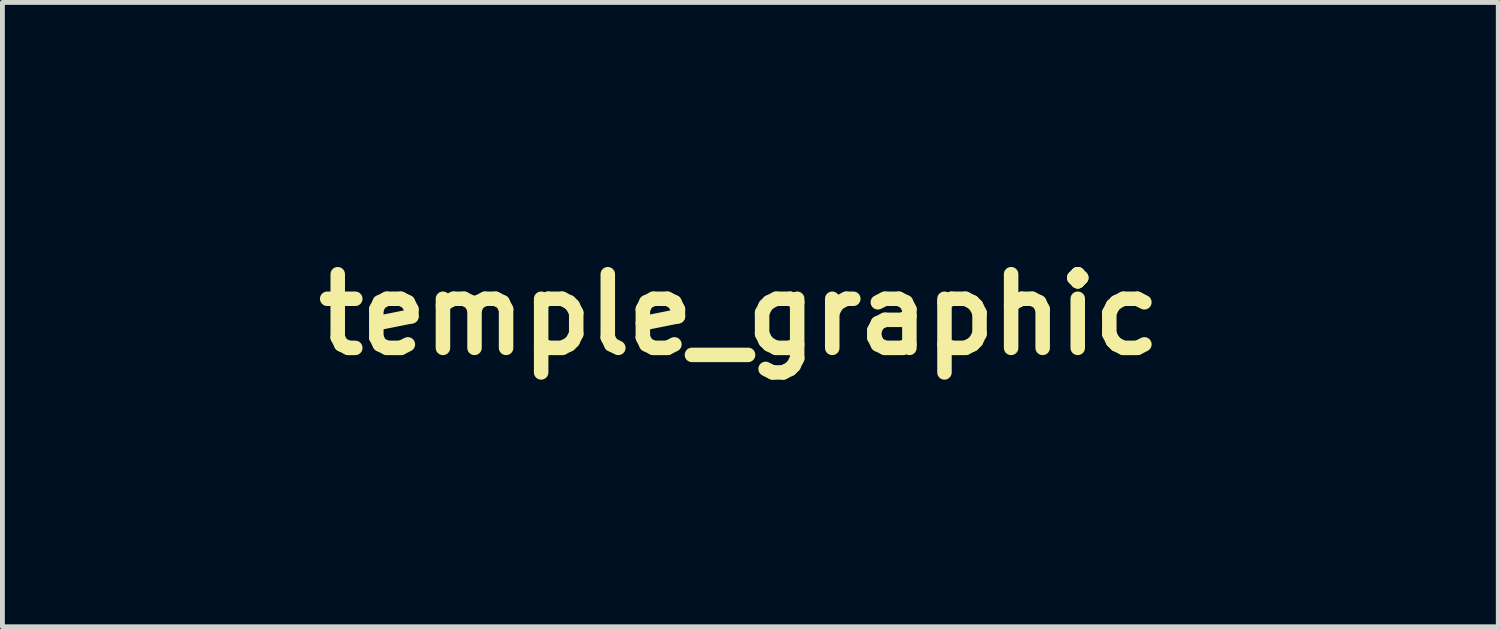
<source format=kicad_pcb>
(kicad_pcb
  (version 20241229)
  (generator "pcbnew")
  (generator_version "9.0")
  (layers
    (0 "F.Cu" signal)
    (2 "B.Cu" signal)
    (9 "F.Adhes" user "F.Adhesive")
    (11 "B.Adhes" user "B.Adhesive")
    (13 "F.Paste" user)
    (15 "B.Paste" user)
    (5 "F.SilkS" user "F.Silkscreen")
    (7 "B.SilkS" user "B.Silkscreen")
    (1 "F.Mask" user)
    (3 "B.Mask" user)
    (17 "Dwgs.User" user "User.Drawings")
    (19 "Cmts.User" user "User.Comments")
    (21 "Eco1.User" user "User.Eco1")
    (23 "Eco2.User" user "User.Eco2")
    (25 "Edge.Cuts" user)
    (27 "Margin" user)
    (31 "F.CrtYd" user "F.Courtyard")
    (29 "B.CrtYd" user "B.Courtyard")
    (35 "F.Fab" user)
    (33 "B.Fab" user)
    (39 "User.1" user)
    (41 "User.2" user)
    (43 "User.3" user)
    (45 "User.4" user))
  (footprint "temple_graphic"
    (layer "F.Cu")
    (at 12.248 3.459)
    (property "Reference" "temple_graphic" (at 0 0 0) (layer "F.SilkS") (effects (font (size 1.524 1.524) (thickness 0.3))))
    (attr through_hole)
    (fp_poly (pts (xy -8.28 2.946) (xy -11.125 2.946) (xy -11.125 2.515) (xy -8.28 2.515) (xy -8.28 2.946)) (stroke (width 0.01) (type solid)) (fill no) (layer "Eco1.User"))
    (fp_poly (pts (xy -7.137 -0.914) (xy -7.62 -0.914) (xy -7.62 -2.515) (xy -11.76 -2.515) (xy -11.76 -0.914) (xy -12.243 -0.914) (xy -12.243 -2.997) (xy -7.137 -2.997) (xy -7.137 -0.914)) (stroke (width 0.01) (type solid)) (fill no) (layer "Eco1.User"))
    (fp_poly (pts (xy -9.931 2.057) (xy -11.125 2.057) (xy -11.125 1.626) (xy -10.414 1.626) (xy -10.414 -1.575) (xy -10.871 -1.575) (xy -10.871 -0.914) (xy -11.303 -0.914) (xy -11.303 -2.057) (xy -9.931 -2.057) (xy -9.931 2.057)) (stroke (width 0.01) (type solid)) (fill no) (layer "Eco1.User"))
    (fp_poly (pts (xy 2.669 2.03) (xy 2.764 2.077) (xy 2.792 2.097) (xy 2.863 2.183) (xy 2.904 2.286) (xy 2.914 2.393) (xy 2.891 2.49) (xy 2.846 2.551) (xy 2.795 2.576) (xy 2.712 2.596) (xy 2.618 2.609) (xy 2.531 2.611) (xy 2.471 2.601) (xy 2.47 2.601) (xy 2.454 2.574) (xy 2.444 2.509) (xy 2.439 2.399) (xy 2.438 2.323) (xy 2.439 2.204) (xy 2.443 2.125) (xy 2.451 2.077) (xy 2.466 2.049) (xy 2.49 2.032) (xy 2.492 2.031) (xy 2.572 2.013) (xy 2.669 2.03)) (stroke (width 0.01) (type solid)) (fill no) (layer "Eco1.User"))
    (fp_poly (pts (xy -8.052 -0.914) (xy -8.534 -0.914) (xy -8.534 -1.628) (xy -8.979 -1.613) (xy -8.985 0.006) (xy -8.992 1.626) (xy -8.28 1.626) (xy -8.28 2.057) (xy -8.865 2.057) (xy -9.064 2.057) (xy -9.217 2.054) (xy -9.329 2.05) (xy -9.404 2.044) (xy -9.447 2.036) (xy -9.463 2.026) (xy -9.464 1.996) (xy -9.466 1.919) (xy -9.467 1.799) (xy -9.468 1.641) (xy -9.469 1.446) (xy -9.47 1.221) (xy -9.47 0.968) (xy -9.47 0.692) (xy -9.469 0.396) (xy -9.468 0.084) (xy -9.468 -0.025) (xy -9.461 -2.045) (xy -8.052 -2.058) (xy -8.052 -0.914)) (stroke (width 0.01) (type solid)) (fill no) (layer "Eco1.User"))
    (fp_poly (pts (xy 12.7 3.454) (xy -6.68 3.454) (xy -6.68 1.973) (xy -5.239 1.973) (xy -5.212 1.994) (xy -5.157 2.013) (xy -5.157 2.014) (xy -5.094 2.043) (xy -5.055 2.083) (xy -5.045 2.128) (xy -5.038 2.218) (xy -5.034 2.347) (xy -5.034 2.509) (xy -5.035 2.559) (xy -5.037 2.716) (xy -5.037 2.832) (xy -5.035 2.916) (xy -5.028 2.978) (xy -5.016 3.026) (xy -4.998 3.07) (xy -4.977 3.111) (xy -4.89 3.233) (xy -4.772 3.317) (xy -4.665 3.355) (xy -4.563 3.369) (xy -4.436 3.369) (xy -4.305 3.355) (xy -4.189 3.331) (xy -4.124 3.307) (xy -4.036 3.254) (xy -3.966 3.194) (xy -3.913 3.119) (xy -3.874 3.023) (xy -3.847 2.898) (xy -3.828 2.737) (xy -3.815 2.535) (xy -3.812 2.48) (xy -3.805 2.315) (xy -3.797 2.194) (xy -3.786 2.109) (xy -3.771 2.052) (xy -3.749 2.015) (xy -3.718 1.992) (xy -3.681 1.976) (xy -3.404 1.976) (xy -3.382 1.997) (xy -3.329 2.023) (xy -3.312 2.029) (xy -3.258 2.055) (xy -3.217 2.09) (xy -3.188 2.143) (xy -3.168 2.22) (xy -3.157 2.328) (xy -3.151 2.474) (xy -3.15 2.647) (xy -3.151 2.837) (xy -3.157 2.982) (xy -3.168 3.092) (xy -3.186 3.172) (xy -3.211 3.231) (xy -3.246 3.275) (xy -3.265 3.292) (xy -3.331 3.345) (xy -3.075 3.345) (xy -2.968 3.343) (xy -2.883 3.339) (xy -2.831 3.332) (xy -2.819 3.327) (xy -2.841 3.309) (xy -2.894 3.293) (xy -2.894 3.293) (xy -2.949 3.277) (xy -2.99 3.248) (xy -3.021 3.2) (xy -3.042 3.127) (xy -3.056 3.021) (xy -3.064 2.877) (xy -3.069 2.713) (xy -3.072 2.553) (xy -3.073 2.437) (xy -3.07 2.358) (xy -3.064 2.312) (xy -3.054 2.291) (xy -3.045 2.288) (xy -3.019 2.307) (xy -2.964 2.358) (xy -2.887 2.438) (xy -2.791 2.54) (xy -2.682 2.659) (xy -2.603 2.746) (xy -2.485 2.879) (xy -2.372 3.004) (xy -2.273 3.113) (xy -2.191 3.202) (xy -2.134 3.263) (xy -2.115 3.283) (xy -2.032 3.363) (xy -2.029 3.174) (xy -2.028 3.084) (xy -2.024 2.956) (xy -2.02 2.804) (xy -2.014 2.641) (xy -2.01 2.531) (xy -1.994 2.078) (xy -1.919 2.018) (xy -1.889 1.991) (xy -1.66 1.991) (xy -1.615 2.009) (xy -1.576 2.019) (xy -1.528 2.032) (xy -1.492 2.053) (xy -1.467 2.088) (xy -1.449 2.145) (xy -1.438 2.23) (xy -1.432 2.35) (xy -1.427 2.513) (xy -1.427 2.549) (xy -1.424 2.762) (xy -1.424 2.929) (xy -1.43 3.057) (xy -1.441 3.15) (xy -1.457 3.215) (xy -1.48 3.257) (xy -1.51 3.281) (xy -1.513 3.282) (xy -1.559 3.308) (xy -1.575 3.325) (xy -1.551 3.331) (xy -1.486 3.337) (xy -1.39 3.341) (xy -1.273 3.344) (xy -1.27 3.344) (xy -1.152 3.343) (xy -1.056 3.34) (xy -0.99 3.333) (xy -0.965 3.325) (xy -0.965 3.325) (xy -0.987 3.306) (xy -1.017 3.302) (xy -1.07 3.285) (xy -1.128 3.243) (xy -1.132 3.239) (xy -1.195 3.176) (xy -1.188 2.611) (xy -1.186 2.427) (xy -1.183 2.288) (xy -1.18 2.187) (xy -1.175 2.117) (xy -1.168 2.072) (xy -1.158 2.045) (xy -1.144 2.03) (xy -1.126 2.02) (xy -1.124 2.02) (xy -1.08 1.996) (xy -1.074 1.978) (xy -1.109 1.966) (xy -1.187 1.959) (xy -1.313 1.956) (xy -1.373 1.956) (xy -1.512 1.958) (xy -1.607 1.965) (xy -1.657 1.977) (xy -1.66 1.991) (xy -1.889 1.991) (xy -1.873 1.978) (xy -1.854 1.953) (xy -1.855 1.95) (xy -0.889 1.95) (xy -0.881 1.97) (xy -0.851 1.995) (xy -0.769 2.062) (xy -0.712 2.139) (xy -0.672 2.23) (xy -0.642 2.306) (xy -0.597 2.418) (xy -0.539 2.555) (xy -0.475 2.707) (xy -0.408 2.863) (xy -0.343 3.012) (xy -0.285 3.144) (xy -0.255 3.211) (xy -0.214 3.3) (xy -0.185 3.348) (xy -0.163 3.363) (xy -0.143 3.352) (xy -0.142 3.351) (xy -0.12 3.316) (xy -0.082 3.244) (xy -0.033 3.142) (xy 0.025 3.019) (xy 0.07 2.921) (xy 0.138 2.769) (xy 0.207 2.613) (xy 0.271 2.468) (xy 0.324 2.348) (xy 0.343 2.303) (xy 0.41 2.163) (xy 0.472 2.066) (xy 0.512 2.025) (xy 0.56 1.986) (xy 0.564 1.981) (xy 0.686 1.981) (xy 0.707 2.001) (xy 0.741 2.007) (xy 0.803 2.023) (xy 0.843 2.049) (xy 0.858 2.066) (xy 0.869 2.092) (xy 0.878 2.134) (xy 0.883 2.197) (xy 0.887 2.288) (xy 0.888 2.415) (xy 0.889 2.584) (xy 0.889 2.647) (xy 0.889 3.203) (xy 0.826 3.266) (xy 0.783 3.311) (xy 0.762 3.339) (xy 0.762 3.341) (xy 0.786 3.345) (xy 0.85 3.35) (xy 0.944 3.354) (xy 1.058 3.357) (xy 1.181 3.36) (xy 1.303 3.362) (xy 1.414 3.363) (xy 1.502 3.362) (xy 1.559 3.359) (xy 1.562 3.359) (xy 1.639 3.342) (xy 1.695 3.322) (xy 1.741 3.281) (xy 1.788 3.214) (xy 1.826 3.137) (xy 1.846 3.068) (xy 1.844 3.033) (xy 1.828 3.015) (xy 1.799 3.031) (xy 1.762 3.072) (xy 1.673 3.156) (xy 1.564 3.213) (xy 1.42 3.249) (xy 1.403 3.252) (xy 1.293 3.264) (xy 1.219 3.251) (xy 1.173 3.208) (xy 1.145 3.127) (xy 1.13 3.017) (xy 1.125 2.911) (xy 1.127 2.812) (xy 1.136 2.743) (xy 1.154 2.688) (xy 1.183 2.661) (xy 1.238 2.649) (xy 1.273 2.647) (xy 1.404 2.652) (xy 1.495 2.689) (xy 1.549 2.758) (xy 1.553 2.768) (xy 1.582 2.828) (xy 1.608 2.843) (xy 1.621 2.817) (xy 1.616 2.765) (xy 1.607 2.695) (xy 1.601 2.599) (xy 1.6 2.537) (xy 1.596 2.442) (xy 1.582 2.396) (xy 1.559 2.399) (xy 1.526 2.448) (xy 1.459 2.52) (xy 1.355 2.558) (xy 1.268 2.565) (xy 1.199 2.556) (xy 1.154 2.523) (xy 1.129 2.458) (xy 1.118 2.353) (xy 1.118 2.299) (xy 1.122 2.207) (xy 1.134 2.127) (xy 1.142 2.097) (xy 1.16 2.062) (xy 1.187 2.042) (xy 1.238 2.034) (xy 1.326 2.032) (xy 1.329 2.032) (xy 1.468 2.038) (xy 1.567 2.06) (xy 1.634 2.101) (xy 1.678 2.164) (xy 1.685 2.18) (xy 1.711 2.236) (xy 1.728 2.248) (xy 1.741 2.229) (xy 1.748 2.177) (xy 1.745 2.1) (xy 1.741 2.07) (xy 1.728 1.981) (xy 1.981 1.981) (xy 2.003 2.005) (xy 2.045 2.022) (xy 2.107 2.053) (xy 2.159 2.102) (xy 2.176 2.127) (xy 2.189 2.158) (xy 2.198 2.201) (xy 2.204 2.265) (xy 2.208 2.357) (xy 2.209 2.484) (xy 2.21 2.652) (xy 2.21 2.686) (xy 2.21 3.205) (xy 2.131 3.279) (xy 2.052 3.353) (xy 2.347 3.353) (xy 2.462 3.351) (xy 2.557 3.346) (xy 2.62 3.339) (xy 2.642 3.33) (xy 2.62 3.307) (xy 2.569 3.282) (xy 2.565 3.28) (xy 2.511 3.251) (xy 2.473 3.201) (xy 2.451 3.124) (xy 2.44 3.01) (xy 2.438 2.907) (xy 2.438 2.692) (xy 2.551 2.692) (xy 2.606 2.695) (xy 2.651 2.708) (xy 2.69 2.737) (xy 2.731 2.79) (xy 2.781 2.874) (xy 2.846 2.996) (xy 2.857 3.016) (xy 2.941 3.157) (xy 3.029 3.263) (xy 3.115 3.33) (xy 3.191 3.353) (xy 3.252 3.343) (xy 3.323 3.319) (xy 3.386 3.289) (xy 3.424 3.259) (xy 3.429 3.248) (xy 3.407 3.232) (xy 3.354 3.226) (xy 3.353 3.226) (xy 3.281 3.21) (xy 3.23 3.179) (xy 3.202 3.142) (xy 3.158 3.075) (xy 3.105 2.989) (xy 3.049 2.894) (xy 3.048 2.893) (xy 3.585 2.893) (xy 3.588 2.959) (xy 3.609 3.065) (xy 3.628 3.135) (xy 3.67 3.285) (xy 3.823 3.33) (xy 3.953 3.363) (xy 4.053 3.374) (xy 4.136 3.364) (xy 4.198 3.343) (xy 4.319 3.266) (xy 4.407 3.158) (xy 4.458 3.03) (xy 4.468 2.892) (xy 4.436 2.761) (xy 4.394 2.686) (xy 4.333 2.621) (xy 4.244 2.56) (xy 4.118 2.494) (xy 4.076 2.475) (xy 3.976 2.426) (xy 3.888 2.378) (xy 3.827 2.339) (xy 3.816 2.33) (xy 3.768 2.255) (xy 3.764 2.17) (xy 3.805 2.087) (xy 3.822 2.069) (xy 3.907 2.016) (xy 4.007 2.004) (xy 4.113 2.028) (xy 4.214 2.085) (xy 4.301 2.17) (xy 4.359 2.271) (xy 4.396 2.348) (xy 4.424 2.382) (xy 4.44 2.372) (xy 4.439 2.316) (xy 4.436 2.292) (xy 4.425 2.201) (xy 4.42 2.102) (xy 4.42 2.089) (xy 4.418 2.021) (xy 4.405 1.993) (xy 4.375 1.992) (xy 4.356 1.996) (xy 4.289 1.997) (xy 4.255 1.989) (xy 4.697 1.989) (xy 4.727 2.004) (xy 4.772 2.015) (xy 4.821 2.026) (xy 4.858 2.042) (xy 4.886 2.069) (xy 4.905 2.114) (xy 4.917 2.182) (xy 4.924 2.28) (xy 4.927 2.415) (xy 4.928 2.592) (xy 4.928 2.659) (xy 4.928 3.205) (xy 4.855 3.273) (xy 4.782 3.341) (xy 5.081 3.341) (xy 5.2 3.339) (xy 5.299 3.336) (xy 5.368 3.33) (xy 5.397 3.324) (xy 5.385 3.31) (xy 5.338 3.294) (xy 5.321 3.291) (xy 5.27 3.277) (xy 5.231 3.254) (xy 5.202 3.215) (xy 5.182 3.155) (xy 5.169 3.067) (xy 5.162 2.947) (xy 5.16 2.787) (xy 5.162 2.583) (xy 5.162 2.572) (xy 5.164 2.396) (xy 5.166 2.321) (xy 5.519 2.321) (xy 5.537 2.334) (xy 5.565 2.31) (xy 5.594 2.253) (xy 5.599 2.241) (xy 5.636 2.156) (xy 5.687 2.105) (xy 5.762 2.078) (xy 5.874 2.07) (xy 5.887 2.07) (xy 6.058 2.07) (xy 6.065 2.603) (xy 6.067 2.766) (xy 6.067 2.914) (xy 6.066 3.039) (xy 6.063 3.133) (xy 6.06 3.186) (xy 6.059 3.192) (xy 6.022 3.244) (xy 5.956 3.28) (xy 5.899 3.305) (xy 5.869 3.327) (xy 5.867 3.331) (xy 5.891 3.337) (xy 5.957 3.343) (xy 6.055 3.346) (xy 6.177 3.348) (xy 6.223 3.348) (xy 6.351 3.346) (xy 6.458 3.342) (xy 6.536 3.337) (xy 6.576 3.331) (xy 6.579 3.328) (xy 6.557 3.31) (xy 6.502 3.288) (xy 6.477 3.28) (xy 6.425 3.262) (xy 6.385 3.239) (xy 6.356 3.205) (xy 6.336 3.153) (xy 6.323 3.076) (xy 6.316 2.969) (xy 6.313 2.824) (xy 6.312 2.635) (xy 6.312 2.622) (xy 6.312 2.439) (xy 6.314 2.3) (xy 6.319 2.2) (xy 6.331 2.133) (xy 6.35 2.091) (xy 6.38 2.068) (xy 6.422 2.059) (xy 6.479 2.058) (xy 6.507 2.058) (xy 6.63 2.067) (xy 6.713 2.097) (xy 6.767 2.153) (xy 6.781 2.182) (xy 6.814 2.246) (xy 6.838 2.262) (xy 6.853 2.236) (xy 6.855 2.17) (xy 6.844 2.068) (xy 6.842 2.051) (xy 6.83 1.981) (xy 6.934 1.981) (xy 6.955 2.002) (xy 6.982 2.007) (xy 7.027 2.019) (xy 7.078 2.059) (xy 7.136 2.131) (xy 7.207 2.24) (xy 7.292 2.389) (xy 7.323 2.447) (xy 7.493 2.763) (xy 7.493 2.98) (xy 7.492 3.086) (xy 7.487 3.155) (xy 7.474 3.198) (xy 7.451 3.228) (xy 7.426 3.249) (xy 7.37 3.286) (xy 7.326 3.302) (xy 7.324 3.302) (xy 7.293 3.313) (xy 7.29 3.321) (xy 7.314 3.328) (xy 7.379 3.334) (xy 7.477 3.339) (xy 7.597 3.342) (xy 7.633 3.343) (xy 7.758 3.342) (xy 7.863 3.34) (xy 7.938 3.335) (xy 7.974 3.329) (xy 7.976 3.327) (xy 7.954 3.31) (xy 7.9 3.293) (xy 7.895 3.292) (xy 7.831 3.276) (xy 7.789 3.251) (xy 7.764 3.209) (xy 7.751 3.138) (xy 7.747 3.031) (xy 7.747 2.97) (xy 7.747 2.72) (xy 7.93 2.397) (xy 8.016 2.252) (xy 8.084 2.146) (xy 8.14 2.075) (xy 8.187 2.032) (xy 8.198 2.025) (xy 8.25 1.991) (xy 8.275 1.97) (xy 8.275 1.967) (xy 8.245 1.96) (xy 8.179 1.956) (xy 8.092 1.954) (xy 7.997 1.954) (xy 7.906 1.957) (xy 7.833 1.961) (xy 7.792 1.968) (xy 7.787 1.971) (xy 7.81 1.994) (xy 7.838 2.003) (xy 7.896 2.027) (xy 7.933 2.053) (xy 7.959 2.086) (xy 7.965 2.129) (xy 7.95 2.189) (xy 7.912 2.276) (xy 7.849 2.397) (xy 7.844 2.405) (xy 7.782 2.51) (xy 7.735 2.569) (xy 7.701 2.586) (xy 7.7 2.586) (xy 7.671 2.561) (xy 7.628 2.501) (xy 7.578 2.419) (xy 7.526 2.324) (xy 7.479 2.229) (xy 7.443 2.146) (xy 7.429 2.102) (xy 7.424 2.048) (xy 7.452 2.018) (xy 7.478 2.008) (xy 7.526 1.985) (xy 7.544 1.969) (xy 7.52 1.964) (xy 7.455 1.96) (xy 7.359 1.957) (xy 7.242 1.956) (xy 7.239 1.956) (xy 7.105 1.958) (xy 7.006 1.964) (xy 6.948 1.973) (xy 6.934 1.981) (xy 6.83 1.981) (xy 6.826 1.956) (xy 5.566 1.956) (xy 5.55 2.076) (xy 5.537 2.167) (xy 5.524 2.248) (xy 5.52 2.27) (xy 5.519 2.321) (xy 5.166 2.321) (xy 5.167 2.264) (xy 5.171 2.169) (xy 5.176 2.105) (xy 5.184 2.064) (xy 5.196 2.04) (xy 5.211 2.026) (xy 5.226 2.017) (xy 5.271 1.993) (xy 5.287 1.976) (xy 5.27 1.965) (xy 5.216 1.959) (xy 5.118 1.956) (xy 5.008 1.956) (xy 4.871 1.958) (xy 4.771 1.965) (xy 4.712 1.975) (xy 4.697 1.989) (xy 4.255 1.989) (xy 4.205 1.977) (xy 4.19 1.971) (xy 4.044 1.935) (xy 3.908 1.942) (xy 3.789 1.988) (xy 3.695 2.068) (xy 3.632 2.179) (xy 3.607 2.316) (xy 3.607 2.326) (xy 3.616 2.418) (xy 3.649 2.496) (xy 3.71 2.566) (xy 3.807 2.637) (xy 3.945 2.713) (xy 3.986 2.734) (xy 4.095 2.79) (xy 4.188 2.843) (xy 4.255 2.885) (xy 4.285 2.91) (xy 4.307 2.966) (xy 4.318 3.042) (xy 4.318 3.05) (xy 4.309 3.12) (xy 4.275 3.177) (xy 4.228 3.223) (xy 4.139 3.283) (xy 4.049 3.299) (xy 3.945 3.274) (xy 3.928 3.267) (xy 3.845 3.214) (xy 3.761 3.129) (xy 3.689 3.029) (xy 3.652 2.953) (xy 3.627 2.898) (xy 3.604 2.871) (xy 3.602 2.87) (xy 3.585 2.893) (xy 3.048 2.893) (xy 2.996 2.802) (xy 2.953 2.723) (xy 2.926 2.669) (xy 2.921 2.653) (xy 2.939 2.629) (xy 2.983 2.587) (xy 3.001 2.571) (xy 3.088 2.471) (xy 3.131 2.36) (xy 3.133 2.249) (xy 3.096 2.145) (xy 3.024 2.055) (xy 2.92 1.99) (xy 2.787 1.956) (xy 2.769 1.954) (xy 2.672 1.95) (xy 2.554 1.949) (xy 2.427 1.95) (xy 2.299 1.953) (xy 2.18 1.958) (xy 2.081 1.964) (xy 2.012 1.971) (xy 1.982 1.98) (xy 1.981 1.981) (xy 1.728 1.981) (xy 1.724 1.956) (xy 1.205 1.956) (xy 1.016 1.957) (xy 0.866 1.961) (xy 0.76 1.966) (xy 0.699 1.974) (xy 0.686 1.981) (xy 0.564 1.981) (xy 0.584 1.96) (xy 0.584 1.957) (xy 0.561 1.953) (xy 0.5 1.95) (xy 0.414 1.949) (xy 0.317 1.948) (xy 0.22 1.949) (xy 0.138 1.951) (xy 0.084 1.954) (xy 0.076 1.955) (xy 0.089 1.965) (xy 0.136 1.989) (xy 0.168 2.004) (xy 0.243 2.048) (xy 0.281 2.102) (xy 0.285 2.177) (xy 0.268 2.262) (xy 0.248 2.323) (xy 0.214 2.413) (xy 0.17 2.521) (xy 0.12 2.639) (xy 0.069 2.757) (xy 0.019 2.867) (xy -0.024 2.958) (xy -0.057 3.021) (xy -0.076 3.048) (xy -0.077 3.048) (xy -0.093 3.026) (xy -0.123 2.964) (xy -0.163 2.872) (xy -0.21 2.76) (xy -0.259 2.635) (xy -0.307 2.507) (xy -0.352 2.385) (xy -0.388 2.278) (xy -0.414 2.194) (xy -0.426 2.144) (xy -0.429 2.073) (xy -0.415 2.032) (xy -0.378 2.003) (xy -0.356 1.988) (xy -0.358 1.977) (xy -0.39 1.969) (xy -0.458 1.962) (xy -0.569 1.956) (xy -0.597 1.954) (xy -0.711 1.95) (xy -0.805 1.947) (xy -0.868 1.948) (xy -0.889 1.95) (xy -1.855 1.95) (xy -1.855 1.95) (xy -1.884 1.948) (xy -1.952 1.949) (xy -2.048 1.952) (xy -2.121 1.956) (xy -2.233 1.963) (xy -2.3 1.969) (xy -2.327 1.975) (xy -2.32 1.984) (xy -2.288 1.996) (xy -2.212 2.028) (xy -2.158 2.077) (xy -2.122 2.153) (xy -2.1 2.262) (xy -2.088 2.409) (xy -2.085 2.557) (xy -2.088 2.688) (xy -2.097 2.793) (xy -2.111 2.865) (xy -2.13 2.895) (xy -2.133 2.896) (xy -2.155 2.878) (xy -2.206 2.828) (xy -2.278 2.752) (xy -2.366 2.658) (xy -2.464 2.551) (xy -2.568 2.437) (xy -2.669 2.323) (xy -2.764 2.216) (xy -2.846 2.121) (xy -2.883 2.076) (xy -2.983 1.956) (xy -3.193 1.956) (xy -3.289 1.958) (xy -3.362 1.964) (xy -3.401 1.973) (xy -3.404 1.976) (xy -3.681 1.976) (xy -3.676 1.974) (xy -3.673 1.973) (xy -3.649 1.958) (xy -3.674 1.95) (xy -3.745 1.947) (xy -3.862 1.952) (xy -3.912 1.954) (xy -4.02 1.962) (xy -4.082 1.97) (xy -4.101 1.977) (xy -4.083 1.987) (xy -4.073 1.989) (xy -4.01 2.009) (xy -3.965 2.036) (xy -3.933 2.079) (xy -3.914 2.145) (xy -3.904 2.242) (xy -3.9 2.378) (xy -3.9 2.486) (xy -3.903 2.676) (xy -3.912 2.824) (xy -3.929 2.937) (xy -3.956 3.025) (xy -3.995 3.094) (xy -4.041 3.148) (xy -4.151 3.226) (xy -4.279 3.265) (xy -4.414 3.267) (xy -4.544 3.233) (xy -4.658 3.165) (xy -4.744 3.065) (xy -4.754 3.046) (xy -4.773 3.002) (xy -4.786 2.949) (xy -4.795 2.878) (xy -4.8 2.779) (xy -4.802 2.643) (xy -4.803 2.562) (xy -4.802 2.384) (xy -4.799 2.251) (xy -4.792 2.155) (xy -4.78 2.09) (xy -4.761 2.049) (xy -4.735 2.026) (xy -4.708 2.016) (xy -4.664 1.996) (xy -4.655 1.975) (xy -4.681 1.965) (xy -4.744 1.958) (xy -4.833 1.953) (xy -4.934 1.951) (xy -5.038 1.952) (xy -5.13 1.955) (xy -5.201 1.961) (xy -5.237 1.97) (xy -5.239 1.973) (xy -6.68 1.973) (xy -6.68 -2.342) (xy -5.983 -2.342) (xy -5.981 -2.336) (xy -5.948 -2.311) (xy -5.912 -2.336) (xy -5.873 -2.412) (xy -5.847 -2.485) (xy -5.793 -2.62) (xy -5.728 -2.713) (xy -5.645 -2.771) (xy -5.571 -2.796) (xy -5.501 -2.806) (xy -5.397 -2.813) (xy -5.27 -2.818) (xy -5.13 -2.82) (xy -4.987 -2.819) (xy -4.852 -2.815) (xy -4.735 -2.809) (xy -4.646 -2.801) (xy -4.594 -2.79) (xy -4.589 -2.787) (xy -4.58 -2.778) (xy -4.572 -2.762) (xy -4.566 -2.735) (xy -4.56 -2.693) (xy -4.556 -2.633) (xy -4.553 -2.55) (xy -4.551 -2.442) (xy -4.55 -2.303) (xy -4.549 -2.131) (xy -4.55 -1.92) (xy -4.55 -1.669) (xy -4.552 -1.371) (xy -4.552 -1.24) (xy -4.559 0.275) (xy -4.62 0.34) (xy -4.679 0.389) (xy -4.758 0.427) (xy -4.871 0.459) (xy -4.909 0.468) (xy -4.959 0.489) (xy -4.978 0.516) (xy -4.968 0.526) (xy -4.933 0.534) (xy -4.869 0.539) (xy -4.771 0.542) (xy -4.635 0.544) (xy -4.455 0.544) (xy -4.337 0.543) (xy -4.162 0.542) (xy -4.004 0.54) (xy -3.871 0.539) (xy -3.769 0.538) (xy -3.705 0.537) (xy -3.686 0.536) (xy -3.681 0.521) (xy -3.711 0.495) (xy -3.764 0.465) (xy -3.827 0.44) (xy -3.846 0.435) (xy -3.965 0.38) (xy -4.058 0.289) (xy -4.116 0.171) (xy -4.127 0.122) (xy -4.131 0.071) (xy -4.133 -0.022) (xy -4.135 -0.152) (xy -4.137 -0.314) (xy -4.137 -0.502) (xy -4.138 -0.71) (xy -4.137 -0.933) (xy -4.136 -1.166) (xy -4.135 -1.402) (xy -4.133 -1.637) (xy -4.13 -1.864) (xy -4.128 -2.078) (xy -4.124 -2.275) (xy -4.121 -2.447) (xy -4.118 -2.59) (xy -4.114 -2.697) (xy -4.11 -2.765) (xy -4.106 -2.786) (xy -4.076 -2.792) (xy -4.002 -2.797) (xy -3.893 -2.802) (xy -3.756 -2.805) (xy -3.598 -2.807) (xy -3.53 -2.807) (xy -3.349 -2.807) (xy -3.211 -2.806) (xy -3.11 -2.803) (xy -3.039 -2.799) (xy -2.991 -2.792) (xy -2.958 -2.781) (xy -2.934 -2.766) (xy -2.912 -2.746) (xy -2.911 -2.745) (xy -2.863 -2.682) (xy -2.822 -2.598) (xy -2.813 -2.568) (xy -2.778 -2.482) (xy -2.738 -2.444) (xy -2.733 -2.443) (xy -2.714 -2.442) (xy -2.702 -2.454) (xy -2.696 -2.488) (xy -2.696 -2.551) (xy -2.7 -2.652) (xy -2.705 -2.734) (xy -2.714 -2.854) (xy -2.725 -2.956) (xy -2.737 -3.029) (xy -2.747 -3.06) (xy -2.608 -3.06) (xy -2.594 -3.04) (xy -2.555 -3.024) (xy -2.475 -3.003) (xy -2.413 -2.997) (xy -2.327 -2.974) (xy -2.245 -2.913) (xy -2.18 -2.824) (xy -2.153 -2.76) (xy -2.146 -2.723) (xy -2.139 -2.662) (xy -2.134 -2.573) (xy -2.13 -2.453) (xy -2.127 -2.3) (xy -2.124 -2.109) (xy -2.122 -1.878) (xy -2.121 -1.603) (xy -2.121 -1.281) (xy -2.121 -1.219) (xy -2.121 -0.899) (xy -2.121 -0.625) (xy -2.122 -0.395) (xy -2.124 -0.203) (xy -2.127 -0.047) (xy -2.133 0.078) (xy -2.142 0.176) (xy -2.154 0.25) (xy -2.17 0.305) (xy -2.191 0.344) (xy -2.216 0.371) (xy -2.247 0.39) (xy -2.283 0.406) (xy -2.326 0.421) (xy -2.343 0.427) (xy -2.434 0.468) (xy -2.474 0.501) (xy -2.465 0.526) (xy -2.407 0.541) (xy -2.324 0.543) (xy -2.112 0.54) (xy -1.893 0.538) (xy -1.675 0.538) (xy -1.468 0.539) (xy -1.278 0.542) (xy -1.114 0.546) (xy -0.983 0.551) (xy -0.895 0.557) (xy -0.889 0.558) (xy -0.665 0.573) (xy -0.47 0.564) (xy -0.311 0.533) (xy -0.246 0.508) (xy -0.13 0.434) (xy -0.013 0.325) (xy 0.091 0.198) (xy 0.166 0.07) (xy 0.212 -0.045) (xy 0.228 -0.122) (xy 0.215 -0.161) (xy 0.175 -0.158) (xy 0.11 -0.113) (xy 0.05 -0.055) (xy -0.088 0.066) (xy -0.249 0.161) (xy -0.44 0.233) (xy -0.666 0.284) (xy -0.931 0.314) (xy -1.079 0.322) (xy -1.276 0.327) (xy -1.427 0.322) (xy -1.54 0.306) (xy -1.618 0.28) (xy -1.668 0.241) (xy -1.682 0.221) (xy -1.693 0.177) (xy -1.702 0.091) (xy -1.71 -0.029) (xy -1.717 -0.172) (xy -1.722 -0.332) (xy -1.725 -0.498) (xy -1.726 -0.662) (xy -1.725 -0.815) (xy -1.722 -0.949) (xy -1.716 -1.054) (xy -1.708 -1.123) (xy -1.703 -1.141) (xy -1.691 -1.16) (xy -1.675 -1.174) (xy -1.647 -1.183) (xy -1.601 -1.189) (xy -1.529 -1.192) (xy -1.425 -1.192) (xy -1.282 -1.191) (xy -1.155 -1.189) (xy -0.98 -1.186) (xy -0.849 -1.183) (xy -0.754 -1.179) (xy -0.688 -1.173) (xy -0.643 -1.164) (xy -0.613 -1.152) (xy -0.59 -1.134) (xy -0.572 -1.117) (xy -0.528 -1.056) (xy -0.485 -0.97) (xy -0.464 -0.914) (xy -0.43 -0.83) (xy -0.398 -0.782) (xy -0.382 -0.775) (xy -0.369 -0.781) (xy -0.36 -0.806) (xy -0.353 -0.854) (xy -0.348 -0.931) (xy -0.346 -1.044) (xy -0.344 -1.199) (xy -0.344 -1.295) (xy -0.344 -1.473) (xy -0.345 -1.606) (xy -0.348 -1.7) (xy -0.354 -1.762) (xy -0.362 -1.798) (xy -0.372 -1.814) (xy -0.381 -1.816) (xy -0.413 -1.793) (xy -0.446 -1.73) (xy -0.457 -1.699) (xy -0.495 -1.6) (xy -0.539 -1.537) (xy -0.602 -1.498) (xy -0.693 -1.471) (xy -0.76 -1.46) (xy -0.86 -1.452) (xy -0.983 -1.445) (xy -1.121 -1.44) (xy -1.263 -1.437) (xy -1.399 -1.436) (xy -1.52 -1.438) (xy -1.616 -1.443) (xy -1.677 -1.45) (xy -1.693 -1.456) (xy -1.701 -1.489) (xy -1.708 -1.564) (xy -1.714 -1.673) (xy -1.719 -1.807) (xy -1.722 -1.958) (xy -1.723 -2.117) (xy -1.723 -2.277) (xy -1.722 -2.427) (xy -1.719 -2.561) (xy -1.714 -2.669) (xy -1.707 -2.742) (xy -1.703 -2.764) (xy -1.69 -2.806) (xy -1.671 -2.839) (xy -1.64 -2.863) (xy -1.593 -2.88) (xy -1.522 -2.89) (xy -1.421 -2.895) (xy -1.285 -2.896) (xy -1.107 -2.893) (xy -0.996 -2.891) (xy -0.815 -2.886) (xy -0.678 -2.881) (xy -0.576 -2.874) (xy -0.503 -2.864) (xy -0.451 -2.852) (xy -0.413 -2.837) (xy -0.324 -2.77) (xy -0.266 -2.678) (xy -0.234 -2.55) (xy -0.232 -2.534) (xy -0.215 -2.445) (xy -0.192 -2.404) (xy -0.18 -2.4) (xy -0.152 -2.414) (xy -0.13 -2.459) (xy -0.115 -2.539) (xy -0.104 -2.66) (xy -0.097 -2.827) (xy -0.097 -2.828) (xy -0.09 -3.056) (xy 0.132 -3.056) (xy 0.16 -3.024) (xy 0.224 -2.99) (xy 0.271 -2.972) (xy 0.402 -2.922) (xy 0.496 -2.863) (xy 0.57 -2.786) (xy 0.596 -2.749) (xy 0.647 -2.66) (xy 0.685 -2.562) (xy 0.712 -2.446) (xy 0.729 -2.305) (xy 0.738 -2.13) (xy 0.74 -1.913) (xy 0.74 -1.905) (xy 0.738 -1.704) (xy 0.732 -1.486) (xy 0.725 -1.257) (xy 0.715 -1.024) (xy 0.704 -0.793) (xy 0.692 -0.572) (xy 0.679 -0.367) (xy 0.665 -0.184) (xy 0.651 -0.031) (xy 0.638 0.086) (xy 0.625 0.16) (xy 0.623 0.17) (xy 0.563 0.298) (xy 0.473 0.391) (xy 0.36 0.443) (xy 0.354 0.445) (xy 0.292 0.471) (xy 0.259 0.508) (xy 0.265 0.546) (xy 0.28 0.559) (xy 0.328 0.569) (xy 0.422 0.569) (xy 0.558 0.56) (xy 0.673 0.548) (xy 0.728 0.546) (xy 0.821 0.548) (xy 0.937 0.552) (xy 1.054 0.559) (xy 1.208 0.566) (xy 1.318 0.566) (xy 1.38 0.558) (xy 1.391 0.553) (xy 1.408 0.517) (xy 1.381 0.483) (xy 1.315 0.454) (xy 1.275 0.445) (xy 1.146 0.403) (xy 1.049 0.328) (xy 0.98 0.217) (xy 0.937 0.066) (xy 0.922 -0.058) (xy 0.919 -0.133) (xy 0.919 -0.25) (xy 0.922 -0.402) (xy 0.926 -0.581) (xy 0.932 -0.779) (xy 0.94 -0.988) (xy 0.948 -1.199) (xy 0.958 -1.405) (xy 0.968 -1.599) (xy 0.979 -1.771) (xy 0.982 -1.811) (xy 0.997 -2.034) (xy 1.523 -0.896) (xy 1.653 -0.615) (xy 1.764 -0.376) (xy 1.856 -0.176) (xy 1.933 -0.012) (xy 1.996 0.121) (xy 2.046 0.226) (xy 2.086 0.307) (xy 2.117 0.367) (xy 2.141 0.411) (xy 2.159 0.44) (xy 2.174 0.46) (xy 2.187 0.474) (xy 2.197 0.482) (xy 2.233 0.502) (xy 2.268 0.485) (xy 2.286 0.468) (xy 2.308 0.433) (xy 2.349 0.357) (xy 2.404 0.249) (xy 2.469 0.113) (xy 2.543 -0.043) (xy 2.622 -0.213) (xy 2.629 -0.229) (xy 2.72 -0.425) (xy 2.816 -0.632) (xy 2.917 -0.844) (xy 3.018 -1.057) (xy 3.118 -1.264) (xy 3.214 -1.46) (xy 3.303 -1.64) (xy 3.381 -1.798) (xy 3.448 -1.928) (xy 3.499 -2.026) (xy 3.533 -2.084) (xy 3.541 -2.095) (xy 3.564 -2.122) (xy 3.576 -2.117) (xy 3.58 -2.074) (xy 3.581 -2.024) (xy 3.582 -1.97) (xy 3.585 -1.873) (xy 3.59 -1.738) (xy 3.597 -1.572) (xy 3.604 -1.382) (xy 3.613 -1.174) (xy 3.621 -0.97) (xy 3.63 -0.751) (xy 3.638 -0.543) (xy 3.643 -0.352) (xy 3.647 -0.186) (xy 3.649 -0.051) (xy 3.649 0.047) (xy 3.646 0.097) (xy 3.622 0.229) (xy 3.579 0.323) (xy 3.51 0.391) (xy 3.441 0.429) (xy 3.378 0.462) (xy 3.341 0.487) (xy 3.335 0.507) (xy 3.362 0.522) (xy 3.425 0.532) (xy 3.529 0.539) (xy 3.675 0.543) (xy 3.868 0.545) (xy 3.947 0.545) (xy 4.117 0.545) (xy 4.27 0.543) (xy 4.398 0.54) (xy 4.494 0.535) (xy 4.551 0.529) (xy 4.565 0.525) (xy 4.56 0.495) (xy 4.509 0.467) (xy 4.409 0.438) (xy 4.377 0.431) (xy 4.253 0.387) (xy 4.16 0.316) (xy 4.108 0.225) (xy 4.104 0.208) (xy 4.099 0.164) (xy 4.093 0.075) (xy 4.086 -0.051) (xy 4.078 -0.21) (xy 4.07 -0.395) (xy 4.062 -0.6) (xy 4.054 -0.818) (xy 4.046 -1.043) (xy 4.038 -1.269) (xy 4.031 -1.49) (xy 4.025 -1.7) (xy 4.02 -1.891) (xy 4.016 -2.06) (xy 4.014 -2.197) (xy 4.013 -2.273) (xy 4.016 -2.473) (xy 4.025 -2.628) (xy 4.043 -2.746) (xy 4.072 -2.834) (xy 4.115 -2.898) (xy 4.175 -2.946) (xy 4.254 -2.983) (xy 4.28 -2.993) (xy 4.36 -3.028) (xy 4.399 -3.059) (xy 4.757 -3.059) (xy 4.774 -3.039) (xy 4.803 -3.026) (xy 4.868 -3.004) (xy 4.95 -2.979) (xy 4.968 -2.975) (xy 5.021 -2.959) (xy 5.066 -2.941) (xy 5.103 -2.915) (xy 5.134 -2.878) (xy 5.158 -2.826) (xy 5.177 -2.753) (xy 5.192 -2.657) (xy 5.203 -2.533) (xy 5.211 -2.376) (xy 5.217 -2.184) (xy 5.221 -1.95) (xy 5.224 -1.672) (xy 5.226 -1.535) (xy 5.229 -1.182) (xy 5.229 -0.877) (xy 5.227 -0.614) (xy 5.222 -0.392) (xy 5.213 -0.205) (xy 5.199 -0.052) (xy 5.181 0.073) (xy 5.156 0.173) (xy 5.126 0.251) (xy 5.09 0.311) (xy 5.046 0.357) (xy 4.994 0.392) (xy 4.934 0.42) (xy 4.933 0.421) (xy 4.853 0.455) (xy 4.801 0.481) (xy 4.778 0.503) (xy 4.788 0.518) (xy 4.833 0.53) (xy 4.917 0.537) (xy 5.042 0.542) (xy 5.212 0.544) (xy 5.429 0.544) (xy 5.478 0.544) (xy 5.684 0.543) (xy 5.844 0.541) (xy 5.965 0.538) (xy 6.052 0.534) (xy 6.11 0.529) (xy 6.145 0.521) (xy 6.162 0.511) (xy 6.167 0.501) (xy 6.165 0.475) (xy 6.14 0.455) (xy 6.084 0.439) (xy 5.987 0.423) (xy 5.958 0.419) (xy 5.829 0.379) (xy 5.73 0.302) (xy 5.669 0.193) (xy 5.653 0.125) (xy 5.65 0.08) (xy 5.647 -0.012) (xy 5.645 -0.145) (xy 5.644 -0.313) (xy 5.643 -0.513) (xy 5.643 -0.738) (xy 5.643 -0.984) (xy 5.643 -1.246) (xy 5.644 -1.435) (xy 5.652 -2.882) (xy 5.725 -2.918) (xy 5.779 -2.936) (xy 5.845 -2.941) (xy 5.939 -2.933) (xy 5.979 -2.927) (xy 6.181 -2.887) (xy 6.347 -2.828) (xy 6.49 -2.743) (xy 6.619 -2.631) (xy 6.745 -2.486) (xy 6.827 -2.342) (xy 6.87 -2.186) (xy 6.879 -2.005) (xy 6.878 -1.968) (xy 6.849 -1.771) (xy 6.783 -1.607) (xy 6.677 -1.472) (xy 6.529 -1.363) (xy 6.452 -1.323) (xy 6.381 -1.292) (xy 6.314 -1.273) (xy 6.236 -1.262) (xy 6.133 -1.257) (xy 6.039 -1.256) (xy 5.926 -1.254) (xy 5.833 -1.249) (xy 5.77 -1.243) (xy 5.75 -1.237) (xy 5.756 -1.216) (xy 5.801 -1.192) (xy 5.875 -1.166) (xy 5.967 -1.144) (xy 6.059 -1.13) (xy 6.262 -1.129) (xy 6.47 -1.169) (xy 6.67 -1.245) (xy 6.855 -1.352) (xy 7.015 -1.484) (xy 7.139 -1.637) (xy 7.175 -1.7) (xy 7.252 -1.905) (xy 7.282 -2.117) (xy 7.265 -2.328) (xy 7.201 -2.53) (xy 7.185 -2.564) (xy 7.075 -2.729) (xy 6.922 -2.868) (xy 6.731 -2.98) (xy 6.521 -3.056) (xy 7.246 -3.056) (xy 7.262 -3.031) (xy 7.318 -3.006) (xy 7.345 -2.998) (xy 7.491 -2.95) (xy 7.594 -2.888) (xy 7.66 -2.812) (xy 7.67 -2.792) (xy 7.679 -2.77) (xy 7.687 -2.739) (xy 7.693 -2.697) (xy 7.697 -2.638) (xy 7.701 -2.56) (xy 7.704 -2.457) (xy 7.706 -2.326) (xy 7.707 -2.163) (xy 7.708 -1.963) (xy 7.709 -1.723) (xy 7.709 -1.438) (xy 7.709 -1.283) (xy 7.709 -0.958) (xy 7.709 -0.681) (xy 7.708 -0.446) (xy 7.706 -0.251) (xy 7.702 -0.091) (xy 7.696 0.038) (xy 7.687 0.14) (xy 7.675 0.218) (xy 7.659 0.276) (xy 7.638 0.319) (xy 7.613 0.35) (xy 7.582 0.374) (xy 7.545 0.393) (xy 7.502 0.413) (xy 7.481 0.422) (xy 7.401 0.465) (xy 7.351 0.505) (xy 7.341 0.526) (xy 7.347 0.544) (xy 7.371 0.554) (xy 7.423 0.556) (xy 7.512 0.552) (xy 7.576 0.547) (xy 7.682 0.541) (xy 7.825 0.537) (xy 7.989 0.535) (xy 8.161 0.536) (xy 8.268 0.537) (xy 8.541 0.542) (xy 8.768 0.545) (xy 8.955 0.547) (xy 9.106 0.547) (xy 9.226 0.545) (xy 9.321 0.54) (xy 9.395 0.533) (xy 9.454 0.523) (xy 9.503 0.51) (xy 9.546 0.494) (xy 9.576 0.48) (xy 9.746 0.374) (xy 9.878 0.233) (xy 9.943 0.127) (xy 9.995 0.011) (xy 10.02 -0.074) (xy 10.019 -0.125) (xy 9.995 -0.14) (xy 9.948 -0.114) (xy 9.879 -0.045) (xy 9.875 -0.04) (xy 9.745 0.077) (xy 9.575 0.173) (xy 9.364 0.248) (xy 9.109 0.302) (xy 8.868 0.331) (xy 8.658 0.344) (xy 8.48 0.342) (xy 8.337 0.328) (xy 8.235 0.3) (xy 8.196 0.278) (xy 8.141 0.233) (xy 8.133 -1.198) (xy 8.132 -1.465) (xy 8.132 -1.719) (xy 8.132 -1.955) (xy 8.132 -2.168) (xy 8.133 -2.352) (xy 8.135 -2.504) (xy 8.136 -2.618) (xy 8.139 -2.689) (xy 8.141 -2.711) (xy 8.185 -2.822) (xy 8.268 -2.912) (xy 8.378 -2.97) (xy 8.395 -2.975) (xy 8.467 -3.001) (xy 8.514 -3.034) (xy 8.527 -3.065) (xy 8.521 -3.07) (xy 9.81 -3.07) (xy 9.816 -3.044) (xy 9.852 -3.025) (xy 9.928 -3.007) (xy 9.958 -3.001) (xy 10.065 -2.978) (xy 10.136 -2.949) (xy 10.186 -2.905) (xy 10.23 -2.836) (xy 10.232 -2.834) (xy 10.241 -2.814) (xy 10.248 -2.787) (xy 10.255 -2.748) (xy 10.26 -2.694) (xy 10.264 -2.621) (xy 10.267 -2.525) (xy 10.27 -2.402) (xy 10.272 -2.248) (xy 10.273 -2.059) (xy 10.274 -1.83) (xy 10.274 -1.559) (xy 10.274 -1.253) (xy 10.274 -0.939) (xy 10.274 -0.672) (xy 10.274 -0.448) (xy 10.273 -0.262) (xy 10.271 -0.112) (xy 10.269 0.008) (xy 10.266 0.101) (xy 10.262 0.171) (xy 10.257 0.222) (xy 10.251 0.259) (xy 10.243 0.284) (xy 10.234 0.303) (xy 10.223 0.319) (xy 10.221 0.322) (xy 10.163 0.376) (xy 10.083 0.424) (xy 10.056 0.435) (xy 9.984 0.47) (xy 9.941 0.509) (xy 9.935 0.521) (xy 9.935 0.542) (xy 9.951 0.553) (xy 9.991 0.557) (xy 10.066 0.554) (xy 10.162 0.547) (xy 10.292 0.54) (xy 10.457 0.535) (xy 10.645 0.533) (xy 10.843 0.533) (xy 11.04 0.536) (xy 11.225 0.54) (xy 11.385 0.547) (xy 11.509 0.556) (xy 11.532 0.558) (xy 11.746 0.574) (xy 11.922 0.568) (xy 12.071 0.539) (xy 12.179 0.497) (xy 12.318 0.405) (xy 12.447 0.279) (xy 12.55 0.133) (xy 12.572 0.091) (xy 12.603 0.009) (xy 12.62 -0.071) (xy 12.622 -0.137) (xy 12.607 -0.174) (xy 12.596 -0.178) (xy 12.566 -0.16) (xy 12.514 -0.114) (xy 12.459 -0.056) (xy 12.328 0.064) (xy 12.173 0.159) (xy 11.987 0.231) (xy 11.766 0.282) (xy 11.505 0.313) (xy 11.341 0.322) (xy 11.152 0.327) (xy 11.008 0.324) (xy 10.9 0.312) (xy 10.823 0.289) (xy 10.771 0.254) (xy 10.736 0.205) (xy 10.73 0.19) (xy 10.718 0.138) (xy 10.709 0.046) (xy 10.701 -0.076) (xy 10.696 -0.221) (xy 10.692 -0.379) (xy 10.691 -0.543) (xy 10.692 -0.704) (xy 10.695 -0.853) (xy 10.7 -0.982) (xy 10.707 -1.082) (xy 10.717 -1.146) (xy 10.724 -1.163) (xy 10.755 -1.175) (xy 10.823 -1.184) (xy 10.933 -1.19) (xy 11.087 -1.193) (xy 11.241 -1.194) (xy 11.41 -1.194) (xy 11.537 -1.192) (xy 11.629 -1.189) (xy 11.694 -1.183) (xy 11.74 -1.173) (xy 11.775 -1.159) (xy 11.807 -1.14) (xy 11.813 -1.136) (xy 11.878 -1.077) (xy 11.923 -0.993) (xy 11.938 -0.946) (xy 11.974 -0.848) (xy 12.009 -0.784) (xy 12.04 -0.761) (xy 12.053 -0.767) (xy 12.057 -0.795) (xy 12.062 -0.867) (xy 12.066 -0.974) (xy 12.069 -1.108) (xy 12.071 -1.261) (xy 12.072 -1.298) (xy 12.073 -1.475) (xy 12.073 -1.607) (xy 12.07 -1.7) (xy 12.066 -1.763) (xy 12.058 -1.8) (xy 12.047 -1.818) (xy 12.036 -1.823) (xy 12.006 -1.812) (xy 11.976 -1.762) (xy 11.948 -1.684) (xy 11.911 -1.589) (xy 11.871 -1.532) (xy 11.829 -1.503) (xy 11.756 -1.48) (xy 11.649 -1.46) (xy 11.519 -1.445) (xy 11.373 -1.434) (xy 11.223 -1.427) (xy 11.076 -1.426) (xy 10.943 -1.43) (xy 10.832 -1.439) (xy 10.754 -1.454) (xy 10.718 -1.473) (xy 10.71 -1.51) (xy 10.704 -1.593) (xy 10.701 -1.717) (xy 10.699 -1.877) (xy 10.699 -2.067) (xy 10.699 -2.167) (xy 10.702 -2.368) (xy 10.704 -2.523) (xy 10.707 -2.64) (xy 10.712 -2.724) (xy 10.718 -2.782) (xy 10.726 -2.819) (xy 10.737 -2.842) (xy 10.752 -2.857) (xy 10.755 -2.86) (xy 10.798 -2.872) (xy 10.882 -2.882) (xy 10.997 -2.89) (xy 11.135 -2.895) (xy 11.285 -2.897) (xy 11.439 -2.896) (xy 11.585 -2.893) (xy 11.716 -2.886) (xy 11.822 -2.876) (xy 11.865 -2.87) (xy 11.974 -2.844) (xy 12.052 -2.807) (xy 12.106 -2.752) (xy 12.143 -2.667) (xy 12.17 -2.545) (xy 12.18 -2.481) (xy 12.196 -2.416) (xy 12.221 -2.392) (xy 12.238 -2.393) (xy 12.264 -2.412) (xy 12.285 -2.464) (xy 12.301 -2.551) (xy 12.313 -2.678) (xy 12.322 -2.852) (xy 12.323 -2.876) (xy 12.332 -3.111) (xy 11.963 -3.099) (xy 11.817 -3.095) (xy 11.635 -3.091) (xy 11.435 -3.088) (xy 11.233 -3.087) (xy 11.062 -3.086) (xy 10.872 -3.087) (xy 10.672 -3.089) (xy 10.476 -3.091) (xy 10.302 -3.095) (xy 10.173 -3.099) (xy 10.031 -3.103) (xy 9.932 -3.104) (xy 9.869 -3.102) (xy 9.832 -3.094) (xy 9.815 -3.082) (xy 9.81 -3.07) (xy 8.521 -3.07) (xy 8.502 -3.085) (xy 8.469 -3.088) (xy 8.392 -3.09) (xy 8.28 -3.091) (xy 8.139 -3.092) (xy 7.977 -3.092) (xy 7.863 -3.091) (xy 7.656 -3.088) (xy 7.495 -3.085) (xy 7.378 -3.08) (xy 7.3 -3.073) (xy 7.257 -3.064) (xy 7.246 -3.056) (xy 6.521 -3.056) (xy 6.504 -3.062) (xy 6.378 -3.092) (xy 6.291 -3.107) (xy 6.208 -3.117) (xy 6.117 -3.121) (xy 6.007 -3.121) (xy 5.867 -3.116) (xy 5.713 -3.108) (xy 5.511 -3.1) (xy 5.324 -3.096) (xy 5.162 -3.099) (xy 5.04 -3.106) (xy 5.039 -3.106) (xy 4.929 -3.116) (xy 4.857 -3.117) (xy 4.812 -3.11) (xy 4.784 -3.093) (xy 4.781 -3.09) (xy 4.757 -3.059) (xy 4.399 -3.059) (xy 4.407 -3.066) (xy 4.415 -3.081) (xy 4.414 -3.099) (xy 4.398 -3.111) (xy 4.358 -3.118) (xy 4.288 -3.122) (xy 4.179 -3.124) (xy 4.094 -3.124) (xy 3.94 -3.122) (xy 3.832 -3.116) (xy 3.766 -3.106) (xy 3.739 -3.092) (xy 3.724 -3.064) (xy 3.689 -2.994) (xy 3.637 -2.886) (xy 3.57 -2.744) (xy 3.488 -2.573) (xy 3.395 -2.377) (xy 3.293 -2.159) (xy 3.183 -1.924) (xy 3.076 -1.695) (xy 2.96 -1.445) (xy 2.848 -1.207) (xy 2.745 -0.985) (xy 2.65 -0.784) (xy 2.567 -0.607) (xy 2.497 -0.459) (xy 2.443 -0.345) (xy 2.407 -0.268) (xy 2.391 -0.235) (xy 2.343 -0.142) (xy 2.254 -0.318) (xy 2.226 -0.376) (xy 2.179 -0.474) (xy 2.116 -0.608) (xy 2.038 -0.773) (xy 1.949 -0.964) (xy 1.851 -1.175) (xy 1.745 -1.402) (xy 1.635 -1.639) (xy 1.6 -1.714) (xy 1.491 -1.949) (xy 1.388 -2.172) (xy 1.292 -2.378) (xy 1.206 -2.562) (xy 1.131 -2.72) (xy 1.071 -2.848) (xy 1.027 -2.94) (xy 1.001 -2.993) (xy 0.996 -3.001) (xy 0.951 -3.058) (xy 0.904 -3.09) (xy 0.86 -3.097) (xy 0.776 -3.102) (xy 0.663 -3.105) (xy 0.532 -3.105) (xy 0.487 -3.104) (xy 0.344 -3.1) (xy 0.243 -3.096) (xy 0.179 -3.089) (xy 0.145 -3.08) (xy 0.132 -3.067) (xy 0.132 -3.056) (xy -0.09 -3.056) (xy -0.089 -3.111) (xy -0.216 -3.11) (xy -0.277 -3.109) (xy -0.381 -3.106) (xy -0.517 -3.102) (xy -0.677 -3.096) (xy -0.852 -3.091) (xy -0.955 -3.087) (xy -1.273 -3.079) (xy -1.559 -3.079) (xy -1.827 -3.086) (xy -2.055 -3.099) (xy -2.226 -3.11) (xy -2.353 -3.117) (xy -2.444 -3.12) (xy -2.505 -3.118) (xy -2.545 -3.113) (xy -2.57 -3.102) (xy -2.584 -3.091) (xy -2.608 -3.06) (xy -2.747 -3.06) (xy -2.747 -3.061) (xy -2.778 -3.067) (xy -2.858 -3.072) (xy -2.986 -3.077) (xy -3.16 -3.081) (xy -3.379 -3.085) (xy -3.641 -3.089) (xy -3.945 -3.091) (xy -4.284 -3.093) (xy -4.613 -3.095) (xy -4.894 -3.096) (xy -5.132 -3.097) (xy -5.33 -3.096) (xy -5.492 -3.094) (xy -5.621 -3.089) (xy -5.722 -3.082) (xy -5.797 -3.072) (xy -5.85 -3.059) (xy -5.885 -3.042) (xy -5.906 -3.021) (xy -5.916 -2.995) (xy -5.919 -2.963) (xy -5.919 -2.927) (xy -5.918 -2.898) (xy -5.923 -2.811) (xy -5.936 -2.698) (xy -5.955 -2.581) (xy -5.957 -2.568) (xy -5.974 -2.469) (xy -5.983 -2.39) (xy -5.983 -2.342) (xy -6.68 -2.342) (xy -6.68 -3.454) (xy 12.7 -3.454) (xy 12.7 3.454)) (stroke (width 0.01) (type solid)) (fill no) (layer "Eco1.User")))
  (gr_rect
    (start -3 -3)
    (end 27.953 9.919)
    (stroke (width 0.1) (type default))
    (fill no)
    (layer "Edge.Cuts")))
</source>
